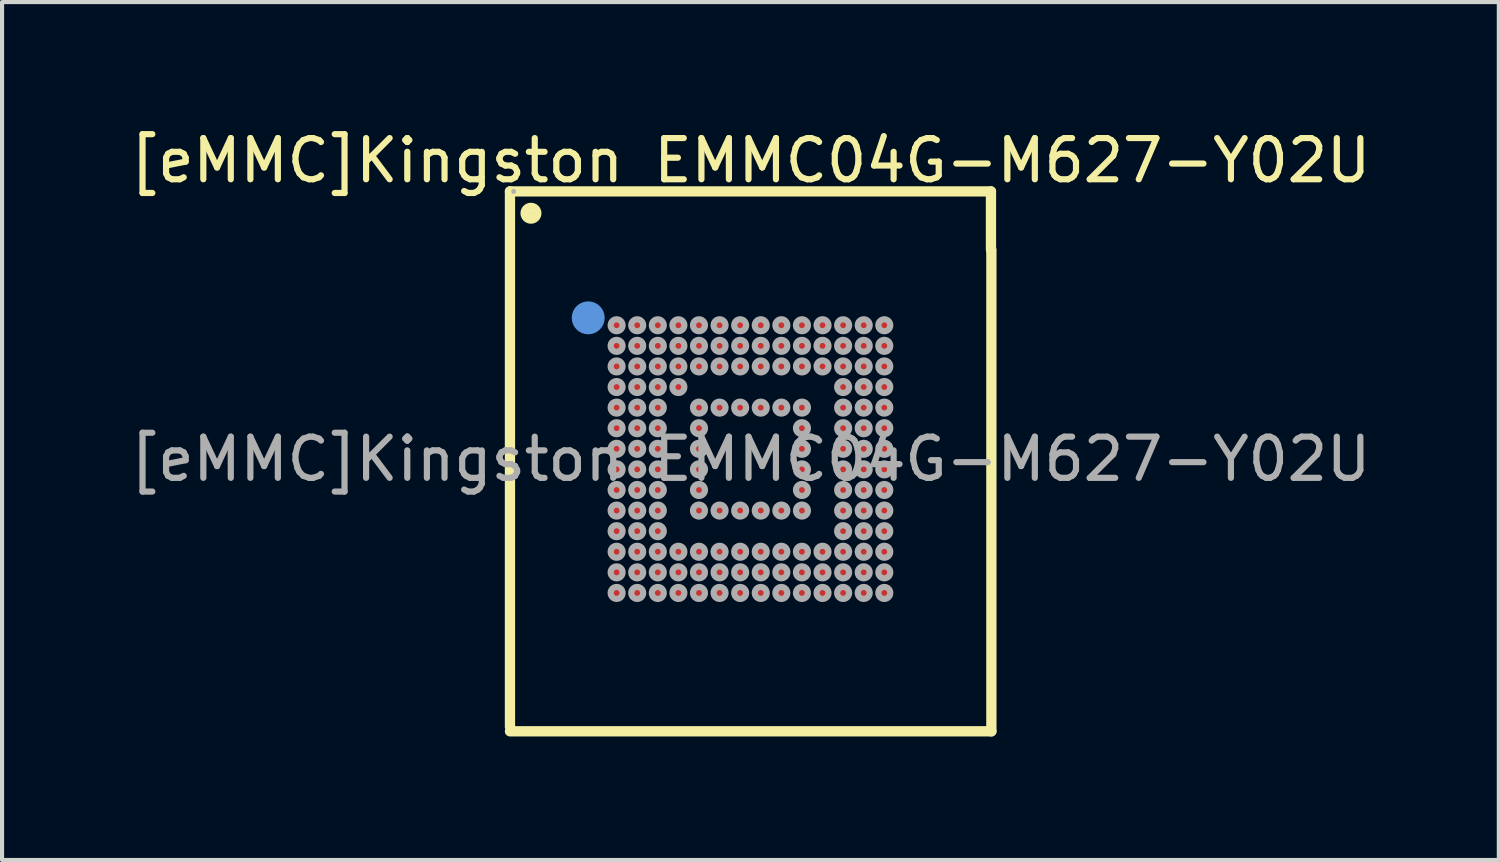
<source format=kicad_pcb>
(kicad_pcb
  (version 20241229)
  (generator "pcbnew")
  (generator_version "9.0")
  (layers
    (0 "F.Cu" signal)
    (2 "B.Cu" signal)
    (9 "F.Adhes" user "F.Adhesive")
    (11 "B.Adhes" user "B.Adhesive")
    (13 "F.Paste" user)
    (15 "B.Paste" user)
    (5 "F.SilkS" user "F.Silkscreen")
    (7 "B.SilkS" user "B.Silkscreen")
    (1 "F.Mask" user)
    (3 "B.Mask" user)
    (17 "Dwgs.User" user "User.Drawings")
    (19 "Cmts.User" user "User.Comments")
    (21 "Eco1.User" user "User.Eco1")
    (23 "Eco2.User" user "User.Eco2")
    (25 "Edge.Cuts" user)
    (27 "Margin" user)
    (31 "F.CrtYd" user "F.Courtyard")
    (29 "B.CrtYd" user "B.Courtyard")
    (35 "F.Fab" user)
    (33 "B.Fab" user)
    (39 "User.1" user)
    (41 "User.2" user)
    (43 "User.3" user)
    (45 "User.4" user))
  (footprint "[eMMC]Kingston EMMC04G-M627-Y02U"
    (layer "F.Cu")
    (at 15.173 8.098)
    (property "Reference" "[eMMC]Kingston EMMC04G-M627-Y02U" (at 0 -7.25 0) (layer "F.SilkS") (effects (font (size 1 1) (thickness 0.15))))
    (attr smd)
    (fp_line (start -5.84 -6.5) (end 5.84 -6.5) (stroke (width 0.25) (type solid)) (layer "F.SilkS"))
    (fp_line (start -5.84 6.5) (end -5.84 -6.5) (stroke (width 0.25) (type solid)) (layer "F.SilkS"))
    (fp_line (start -5.84 6.61) (end 5.85 6.61) (stroke (width 0.25) (type solid)) (layer "F.SilkS"))
    (fp_line (start 5.84 -6.5) (end 5.84 -5.08) (stroke (width 0.25) (type solid)) (layer "F.SilkS"))
    (fp_line (start 5.85 6.61) (end 5.85 -5.08) (stroke (width 0.25) (type solid)) (layer "F.SilkS"))
    (fp_circle (center -5.33 -5.97) (end -5.2 -5.97) (stroke (width 0.25) (type solid)) (fill no) (layer "F.SilkS"))
    (fp_circle (center -3.94 -3.43) (end -3.74 -3.43) (stroke (width 0.4) (type solid)) (fill no) (layer "Cmts.User"))
    (fp_circle (center -5.75 -6.5) (end -5.72 -6.5) (stroke (width 0.06) (type solid)) (fill no) (layer "F.Fab"))
    (fp_circle (center -3.25 -3.25) (end -3.18 -3.25) (stroke (width 0.15) (type solid)) (fill no) (layer "F.Fab"))
    (fp_circle (center -3.25 -2.75) (end -3.18 -2.75) (stroke (width 0.15) (type solid)) (fill no) (layer "F.Fab"))
    (fp_circle (center -3.25 -2.25) (end -3.18 -2.25) (stroke (width 0.15) (type solid)) (fill no) (layer "F.Fab"))
    (fp_circle (center -3.25 -1.75) (end -3.18 -1.75) (stroke (width 0.15) (type solid)) (fill no) (layer "F.Fab"))
    (fp_circle (center -3.25 -1.25) (end -3.18 -1.25) (stroke (width 0.15) (type solid)) (fill no) (layer "F.Fab"))
    (fp_circle (center -3.25 -0.75) (end -3.18 -0.75) (stroke (width 0.15) (type solid)) (fill no) (layer "F.Fab"))
    (fp_circle (center -3.25 -0.25) (end -3.18 -0.25) (stroke (width 0.15) (type solid)) (fill no) (layer "F.Fab"))
    (fp_circle (center -3.25 0.25) (end -3.18 0.25) (stroke (width 0.15) (type solid)) (fill no) (layer "F.Fab"))
    (fp_circle (center -3.25 0.75) (end -3.18 0.75) (stroke (width 0.15) (type solid)) (fill no) (layer "F.Fab"))
    (fp_circle (center -3.25 1.25) (end -3.18 1.25) (stroke (width 0.15) (type solid)) (fill no) (layer "F.Fab"))
    (fp_circle (center -3.25 1.75) (end -3.18 1.75) (stroke (width 0.15) (type solid)) (fill no) (layer "F.Fab"))
    (fp_circle (center -3.25 2.25) (end -3.18 2.25) (stroke (width 0.15) (type solid)) (fill no) (layer "F.Fab"))
    (fp_circle (center -3.25 2.75) (end -3.18 2.75) (stroke (width 0.15) (type solid)) (fill no) (layer "F.Fab"))
    (fp_circle (center -3.25 3.25) (end -3.18 3.25) (stroke (width 0.15) (type solid)) (fill no) (layer "F.Fab"))
    (fp_circle (center -2.75 -3.25) (end -2.68 -3.25) (stroke (width 0.15) (type solid)) (fill no) (layer "F.Fab"))
    (fp_circle (center -2.75 -2.75) (end -2.68 -2.75) (stroke (width 0.15) (type solid)) (fill no) (layer "F.Fab"))
    (fp_circle (center -2.75 -2.25) (end -2.68 -2.25) (stroke (width 0.15) (type solid)) (fill no) (layer "F.Fab"))
    (fp_circle (center -2.75 -1.75) (end -2.68 -1.75) (stroke (width 0.15) (type solid)) (fill no) (layer "F.Fab"))
    (fp_circle (center -2.75 -1.25) (end -2.68 -1.25) (stroke (width 0.15) (type solid)) (fill no) (layer "F.Fab"))
    (fp_circle (center -2.75 -0.75) (end -2.68 -0.75) (stroke (width 0.15) (type solid)) (fill no) (layer "F.Fab"))
    (fp_circle (center -2.75 -0.25) (end -2.68 -0.25) (stroke (width 0.15) (type solid)) (fill no) (layer "F.Fab"))
    (fp_circle (center -2.75 0.25) (end -2.68 0.25) (stroke (width 0.15) (type solid)) (fill no) (layer "F.Fab"))
    (fp_circle (center -2.75 0.75) (end -2.68 0.75) (stroke (width 0.15) (type solid)) (fill no) (layer "F.Fab"))
    (fp_circle (center -2.75 1.25) (end -2.68 1.25) (stroke (width 0.15) (type solid)) (fill no) (layer "F.Fab"))
    (fp_circle (center -2.75 1.75) (end -2.68 1.75) (stroke (width 0.15) (type solid)) (fill no) (layer "F.Fab"))
    (fp_circle (center -2.75 2.25) (end -2.68 2.25) (stroke (width 0.15) (type solid)) (fill no) (layer "F.Fab"))
    (fp_circle (center -2.75 2.75) (end -2.68 2.75) (stroke (width 0.15) (type solid)) (fill no) (layer "F.Fab"))
    (fp_circle (center -2.75 3.25) (end -2.68 3.25) (stroke (width 0.15) (type solid)) (fill no) (layer "F.Fab"))
    (fp_circle (center -2.25 -3.25) (end -2.18 -3.25) (stroke (width 0.15) (type solid)) (fill no) (layer "F.Fab"))
    (fp_circle (center -2.25 -2.75) (end -2.18 -2.75) (stroke (width 0.15) (type solid)) (fill no) (layer "F.Fab"))
    (fp_circle (center -2.25 -2.25) (end -2.18 -2.25) (stroke (width 0.15) (type solid)) (fill no) (layer "F.Fab"))
    (fp_circle (center -2.25 -1.75) (end -2.18 -1.75) (stroke (width 0.15) (type solid)) (fill no) (layer "F.Fab"))
    (fp_circle (center -2.25 -1.25) (end -2.18 -1.25) (stroke (width 0.15) (type solid)) (fill no) (layer "F.Fab"))
    (fp_circle (center -2.25 -0.75) (end -2.18 -0.75) (stroke (width 0.15) (type solid)) (fill no) (layer "F.Fab"))
    (fp_circle (center -2.25 -0.25) (end -2.18 -0.25) (stroke (width 0.15) (type solid)) (fill no) (layer "F.Fab"))
    (fp_circle (center -2.25 0.25) (end -2.18 0.25) (stroke (width 0.15) (type solid)) (fill no) (layer "F.Fab"))
    (fp_circle (center -2.25 0.75) (end -2.18 0.75) (stroke (width 0.15) (type solid)) (fill no) (layer "F.Fab"))
    (fp_circle (center -2.25 1.25) (end -2.18 1.25) (stroke (width 0.15) (type solid)) (fill no) (layer "F.Fab"))
    (fp_circle (center -2.25 1.75) (end -2.18 1.75) (stroke (width 0.15) (type solid)) (fill no) (layer "F.Fab"))
    (fp_circle (center -2.25 2.25) (end -2.18 2.25) (stroke (width 0.15) (type solid)) (fill no) (layer "F.Fab"))
    (fp_circle (center -2.25 2.75) (end -2.18 2.75) (stroke (width 0.15) (type solid)) (fill no) (layer "F.Fab"))
    (fp_circle (center -2.25 3.25) (end -2.18 3.25) (stroke (width 0.15) (type solid)) (fill no) (layer "F.Fab"))
    (fp_circle (center -1.75 -3.25) (end -1.68 -3.25) (stroke (width 0.15) (type solid)) (fill no) (layer "F.Fab"))
    (fp_circle (center -1.75 -2.75) (end -1.68 -2.75) (stroke (width 0.15) (type solid)) (fill no) (layer "F.Fab"))
    (fp_circle (center -1.75 -2.25) (end -1.68 -2.25) (stroke (width 0.15) (type solid)) (fill no) (layer "F.Fab"))
    (fp_circle (center -1.75 -1.75) (end -1.68 -1.75) (stroke (width 0.15) (type solid)) (fill no) (layer "F.Fab"))
    (fp_circle (center -1.75 2.25) (end -1.68 2.25) (stroke (width 0.15) (type solid)) (fill no) (layer "F.Fab"))
    (fp_circle (center -1.75 2.75) (end -1.68 2.75) (stroke (width 0.15) (type solid)) (fill no) (layer "F.Fab"))
    (fp_circle (center -1.75 3.25) (end -1.68 3.25) (stroke (width 0.15) (type solid)) (fill no) (layer "F.Fab"))
    (fp_circle (center -1.25 -3.25) (end -1.18 -3.25) (stroke (width 0.15) (type solid)) (fill no) (layer "F.Fab"))
    (fp_circle (center -1.25 -2.75) (end -1.18 -2.75) (stroke (width 0.15) (type solid)) (fill no) (layer "F.Fab"))
    (fp_circle (center -1.25 -2.25) (end -1.18 -2.25) (stroke (width 0.15) (type solid)) (fill no) (layer "F.Fab"))
    (fp_circle (center -1.25 -1.25) (end -1.18 -1.25) (stroke (width 0.15) (type solid)) (fill no) (layer "F.Fab"))
    (fp_circle (center -1.25 -0.75) (end -1.18 -0.75) (stroke (width 0.15) (type solid)) (fill no) (layer "F.Fab"))
    (fp_circle (center -1.25 -0.25) (end -1.18 -0.25) (stroke (width 0.15) (type solid)) (fill no) (layer "F.Fab"))
    (fp_circle (center -1.25 0.25) (end -1.18 0.25) (stroke (width 0.15) (type solid)) (fill no) (layer "F.Fab"))
    (fp_circle (center -1.25 0.75) (end -1.18 0.75) (stroke (width 0.15) (type solid)) (fill no) (layer "F.Fab"))
    (fp_circle (center -1.25 1.25) (end -1.18 1.25) (stroke (width 0.15) (type solid)) (fill no) (layer "F.Fab"))
    (fp_circle (center -1.25 2.25) (end -1.18 2.25) (stroke (width 0.15) (type solid)) (fill no) (layer "F.Fab"))
    (fp_circle (center -1.25 2.75) (end -1.18 2.75) (stroke (width 0.15) (type solid)) (fill no) (layer "F.Fab"))
    (fp_circle (center -1.25 3.25) (end -1.18 3.25) (stroke (width 0.15) (type solid)) (fill no) (layer "F.Fab"))
    (fp_circle (center -0.75 -3.25) (end -0.68 -3.25) (stroke (width 0.15) (type solid)) (fill no) (layer "F.Fab"))
    (fp_circle (center -0.75 -2.75) (end -0.68 -2.75) (stroke (width 0.15) (type solid)) (fill no) (layer "F.Fab"))
    (fp_circle (center -0.75 -2.25) (end -0.68 -2.25) (stroke (width 0.15) (type solid)) (fill no) (layer "F.Fab"))
    (fp_circle (center -0.75 -1.25) (end -0.68 -1.25) (stroke (width 0.15) (type solid)) (fill no) (layer "F.Fab"))
    (fp_circle (center -0.75 1.25) (end -0.68 1.25) (stroke (width 0.15) (type solid)) (fill no) (layer "F.Fab"))
    (fp_circle (center -0.75 2.25) (end -0.68 2.25) (stroke (width 0.15) (type solid)) (fill no) (layer "F.Fab"))
    (fp_circle (center -0.75 2.75) (end -0.68 2.75) (stroke (width 0.15) (type solid)) (fill no) (layer "F.Fab"))
    (fp_circle (center -0.75 3.25) (end -0.68 3.25) (stroke (width 0.15) (type solid)) (fill no) (layer "F.Fab"))
    (fp_circle (center -0.25 -3.25) (end -0.18 -3.25) (stroke (width 0.15) (type solid)) (fill no) (layer "F.Fab"))
    (fp_circle (center -0.25 -2.75) (end -0.18 -2.75) (stroke (width 0.15) (type solid)) (fill no) (layer "F.Fab"))
    (fp_circle (center -0.25 -2.25) (end -0.18 -2.25) (stroke (width 0.15) (type solid)) (fill no) (layer "F.Fab"))
    (fp_circle (center -0.25 -1.25) (end -0.18 -1.25) (stroke (width 0.15) (type solid)) (fill no) (layer "F.Fab"))
    (fp_circle (center -0.25 1.25) (end -0.18 1.25) (stroke (width 0.15) (type solid)) (fill no) (layer "F.Fab"))
    (fp_circle (center -0.25 2.25) (end -0.18 2.25) (stroke (width 0.15) (type solid)) (fill no) (layer "F.Fab"))
    (fp_circle (center -0.25 2.75) (end -0.18 2.75) (stroke (width 0.15) (type solid)) (fill no) (layer "F.Fab"))
    (fp_circle (center -0.25 3.25) (end -0.18 3.25) (stroke (width 0.15) (type solid)) (fill no) (layer "F.Fab"))
    (fp_circle (center 0.25 -3.25) (end 0.32 -3.25) (stroke (width 0.15) (type solid)) (fill no) (layer "F.Fab"))
    (fp_circle (center 0.25 -2.75) (end 0.32 -2.75) (stroke (width 0.15) (type solid)) (fill no) (layer "F.Fab"))
    (fp_circle (center 0.25 -2.25) (end 0.32 -2.25) (stroke (width 0.15) (type solid)) (fill no) (layer "F.Fab"))
    (fp_circle (center 0.25 -1.25) (end 0.32 -1.25) (stroke (width 0.15) (type solid)) (fill no) (layer "F.Fab"))
    (fp_circle (center 0.25 1.25) (end 0.32 1.25) (stroke (width 0.15) (type solid)) (fill no) (layer "F.Fab"))
    (fp_circle (center 0.25 2.25) (end 0.32 2.25) (stroke (width 0.15) (type solid)) (fill no) (layer "F.Fab"))
    (fp_circle (center 0.25 2.75) (end 0.32 2.75) (stroke (width 0.15) (type solid)) (fill no) (layer "F.Fab"))
    (fp_circle (center 0.25 3.25) (end 0.32 3.25) (stroke (width 0.15) (type solid)) (fill no) (layer "F.Fab"))
    (fp_circle (center 0.75 -3.25) (end 0.82 -3.25) (stroke (width 0.15) (type solid)) (fill no) (layer "F.Fab"))
    (fp_circle (center 0.75 -2.75) (end 0.82 -2.75) (stroke (width 0.15) (type solid)) (fill no) (layer "F.Fab"))
    (fp_circle (center 0.75 -2.25) (end 0.82 -2.25) (stroke (width 0.15) (type solid)) (fill no) (layer "F.Fab"))
    (fp_circle (center 0.75 -1.25) (end 0.82 -1.25) (stroke (width 0.15) (type solid)) (fill no) (layer "F.Fab"))
    (fp_circle (center 0.75 1.25) (end 0.82 1.25) (stroke (width 0.15) (type solid)) (fill no) (layer "F.Fab"))
    (fp_circle (center 0.75 2.25) (end 0.82 2.25) (stroke (width 0.15) (type solid)) (fill no) (layer "F.Fab"))
    (fp_circle (center 0.75 2.75) (end 0.82 2.75) (stroke (width 0.15) (type solid)) (fill no) (layer "F.Fab"))
    (fp_circle (center 0.75 3.25) (end 0.82 3.25) (stroke (width 0.15) (type solid)) (fill no) (layer "F.Fab"))
    (fp_circle (center 1.25 -3.25) (end 1.32 -3.25) (stroke (width 0.15) (type solid)) (fill no) (layer "F.Fab"))
    (fp_circle (center 1.25 -2.75) (end 1.32 -2.75) (stroke (width 0.15) (type solid)) (fill no) (layer "F.Fab"))
    (fp_circle (center 1.25 -2.25) (end 1.32 -2.25) (stroke (width 0.15) (type solid)) (fill no) (layer "F.Fab"))
    (fp_circle (center 1.25 -1.25) (end 1.32 -1.25) (stroke (width 0.15) (type solid)) (fill no) (layer "F.Fab"))
    (fp_circle (center 1.25 -0.75) (end 1.32 -0.75) (stroke (width 0.15) (type solid)) (fill no) (layer "F.Fab"))
    (fp_circle (center 1.25 -0.25) (end 1.32 -0.25) (stroke (width 0.15) (type solid)) (fill no) (layer "F.Fab"))
    (fp_circle (center 1.25 0.25) (end 1.32 0.25) (stroke (width 0.15) (type solid)) (fill no) (layer "F.Fab"))
    (fp_circle (center 1.25 0.75) (end 1.32 0.75) (stroke (width 0.15) (type solid)) (fill no) (layer "F.Fab"))
    (fp_circle (center 1.25 1.25) (end 1.32 1.25) (stroke (width 0.15) (type solid)) (fill no) (layer "F.Fab"))
    (fp_circle (center 1.25 2.25) (end 1.32 2.25) (stroke (width 0.15) (type solid)) (fill no) (layer "F.Fab"))
    (fp_circle (center 1.25 2.75) (end 1.32 2.75) (stroke (width 0.15) (type solid)) (fill no) (layer "F.Fab"))
    (fp_circle (center 1.25 3.25) (end 1.32 3.25) (stroke (width 0.15) (type solid)) (fill no) (layer "F.Fab"))
    (fp_circle (center 1.75 -3.25) (end 1.82 -3.25) (stroke (width 0.15) (type solid)) (fill no) (layer "F.Fab"))
    (fp_circle (center 1.75 -2.75) (end 1.82 -2.75) (stroke (width 0.15) (type solid)) (fill no) (layer "F.Fab"))
    (fp_circle (center 1.75 -2.25) (end 1.82 -2.25) (stroke (width 0.15) (type solid)) (fill no) (layer "F.Fab"))
    (fp_circle (center 1.75 2.25) (end 1.82 2.25) (stroke (width 0.15) (type solid)) (fill no) (layer "F.Fab"))
    (fp_circle (center 1.75 2.75) (end 1.82 2.75) (stroke (width 0.15) (type solid)) (fill no) (layer "F.Fab"))
    (fp_circle (center 1.75 3.25) (end 1.82 3.25) (stroke (width 0.15) (type solid)) (fill no) (layer "F.Fab"))
    (fp_circle (center 2.25 -3.25) (end 2.32 -3.25) (stroke (width 0.15) (type solid)) (fill no) (layer "F.Fab"))
    (fp_circle (center 2.25 -2.75) (end 2.32 -2.75) (stroke (width 0.15) (type solid)) (fill no) (layer "F.Fab"))
    (fp_circle (center 2.25 -2.25) (end 2.32 -2.25) (stroke (width 0.15) (type solid)) (fill no) (layer "F.Fab"))
    (fp_circle (center 2.25 -1.75) (end 2.32 -1.75) (stroke (width 0.15) (type solid)) (fill no) (layer "F.Fab"))
    (fp_circle (center 2.25 -1.25) (end 2.32 -1.25) (stroke (width 0.15) (type solid)) (fill no) (layer "F.Fab"))
    (fp_circle (center 2.25 -0.75) (end 2.32 -0.75) (stroke (width 0.15) (type solid)) (fill no) (layer "F.Fab"))
    (fp_circle (center 2.25 -0.25) (end 2.32 -0.25) (stroke (width 0.15) (type solid)) (fill no) (layer "F.Fab"))
    (fp_circle (center 2.25 0.25) (end 2.32 0.25) (stroke (width 0.15) (type solid)) (fill no) (layer "F.Fab"))
    (fp_circle (center 2.25 0.75) (end 2.32 0.75) (stroke (width 0.15) (type solid)) (fill no) (layer "F.Fab"))
    (fp_circle (center 2.25 1.25) (end 2.32 1.25) (stroke (width 0.15) (type solid)) (fill no) (layer "F.Fab"))
    (fp_circle (center 2.25 1.75) (end 2.32 1.75) (stroke (width 0.15) (type solid)) (fill no) (layer "F.Fab"))
    (fp_circle (center 2.25 2.25) (end 2.32 2.25) (stroke (width 0.15) (type solid)) (fill no) (layer "F.Fab"))
    (fp_circle (center 2.25 2.75) (end 2.32 2.75) (stroke (width 0.15) (type solid)) (fill no) (layer "F.Fab"))
    (fp_circle (center 2.25 3.25) (end 2.32 3.25) (stroke (width 0.15) (type solid)) (fill no) (layer "F.Fab"))
    (fp_circle (center 2.75 -3.25) (end 2.82 -3.25) (stroke (width 0.15) (type solid)) (fill no) (layer "F.Fab"))
    (fp_circle (center 2.75 -2.75) (end 2.82 -2.75) (stroke (width 0.15) (type solid)) (fill no) (layer "F.Fab"))
    (fp_circle (center 2.75 -2.25) (end 2.82 -2.25) (stroke (width 0.15) (type solid)) (fill no) (layer "F.Fab"))
    (fp_circle (center 2.75 -1.75) (end 2.82 -1.75) (stroke (width 0.15) (type solid)) (fill no) (layer "F.Fab"))
    (fp_circle (center 2.75 -1.25) (end 2.82 -1.25) (stroke (width 0.15) (type solid)) (fill no) (layer "F.Fab"))
    (fp_circle (center 2.75 -0.75) (end 2.82 -0.75) (stroke (width 0.15) (type solid)) (fill no) (layer "F.Fab"))
    (fp_circle (center 2.75 -0.25) (end 2.82 -0.25) (stroke (width 0.15) (type solid)) (fill no) (layer "F.Fab"))
    (fp_circle (center 2.75 0.25) (end 2.82 0.25) (stroke (width 0.15) (type solid)) (fill no) (layer "F.Fab"))
    (fp_circle (center 2.75 0.75) (end 2.82 0.75) (stroke (width 0.15) (type solid)) (fill no) (layer "F.Fab"))
    (fp_circle (center 2.75 1.25) (end 2.82 1.25) (stroke (width 0.15) (type solid)) (fill no) (layer "F.Fab"))
    (fp_circle (center 2.75 1.75) (end 2.82 1.75) (stroke (width 0.15) (type solid)) (fill no) (layer "F.Fab"))
    (fp_circle (center 2.75 2.25) (end 2.82 2.25) (stroke (width 0.15) (type solid)) (fill no) (layer "F.Fab"))
    (fp_circle (center 2.75 2.75) (end 2.82 2.75) (stroke (width 0.15) (type solid)) (fill no) (layer "F.Fab"))
    (fp_circle (center 2.75 3.25) (end 2.82 3.25) (stroke (width 0.15) (type solid)) (fill no) (layer "F.Fab"))
    (fp_circle (center 3.25 -3.25) (end 3.32 -3.25) (stroke (width 0.15) (type solid)) (fill no) (layer "F.Fab"))
    (fp_circle (center 3.25 -2.75) (end 3.32 -2.75) (stroke (width 0.15) (type solid)) (fill no) (layer "F.Fab"))
    (fp_circle (center 3.25 -2.25) (end 3.32 -2.25) (stroke (width 0.15) (type solid)) (fill no) (layer "F.Fab"))
    (fp_circle (center 3.25 -1.75) (end 3.32 -1.75) (stroke (width 0.15) (type solid)) (fill no) (layer "F.Fab"))
    (fp_circle (center 3.25 -1.25) (end 3.32 -1.25) (stroke (width 0.15) (type solid)) (fill no) (layer "F.Fab"))
    (fp_circle (center 3.25 -0.75) (end 3.32 -0.75) (stroke (width 0.15) (type solid)) (fill no) (layer "F.Fab"))
    (fp_circle (center 3.25 -0.25) (end 3.32 -0.25) (stroke (width 0.15) (type solid)) (fill no) (layer "F.Fab"))
    (fp_circle (center 3.25 0.25) (end 3.32 0.25) (stroke (width 0.15) (type solid)) (fill no) (layer "F.Fab"))
    (fp_circle (center 3.25 0.75) (end 3.32 0.75) (stroke (width 0.15) (type solid)) (fill no) (layer "F.Fab"))
    (fp_circle (center 3.25 1.25) (end 3.32 1.25) (stroke (width 0.15) (type solid)) (fill no) (layer "F.Fab"))
    (fp_circle (center 3.25 1.75) (end 3.32 1.75) (stroke (width 0.15) (type solid)) (fill no) (layer "F.Fab"))
    (fp_circle (center 3.25 2.25) (end 3.32 2.25) (stroke (width 0.15) (type solid)) (fill no) (layer "F.Fab"))
    (fp_circle (center 3.25 2.75) (end 3.32 2.75) (stroke (width 0.15) (type solid)) (fill no) (layer "F.Fab"))
    (fp_circle (center 3.25 3.25) (end 3.32 3.25) (stroke (width 0.15) (type solid)) (fill no) (layer "F.Fab"))
    (fp_text user "${REFERENCE}" (at 0 0 0) (layer "F.Fab") (effects (font (size 1 1) (thickness 0.15))))
    (pad "A1" smd circle (at -3.25 -3.25) (size 0.26 0.26) (layers "F.Cu" "F.Mask" "F.Paste"))
    (pad "A2" smd circle (at -2.75 -3.25) (size 0.26 0.26) (layers "F.Cu" "F.Mask" "F.Paste"))
    (pad "A3" smd circle (at -2.25 -3.25) (size 0.26 0.26) (layers "F.Cu" "F.Mask" "F.Paste"))
    (pad "A4" smd circle (at -1.75 -3.25) (size 0.26 0.26) (layers "F.Cu" "F.Mask" "F.Paste"))
    (pad "A5" smd circle (at -1.25 -3.25) (size 0.26 0.26) (layers "F.Cu" "F.Mask" "F.Paste"))
    (pad "A6" smd circle (at -0.75 -3.25) (size 0.26 0.26) (layers "F.Cu" "F.Mask" "F.Paste"))
    (pad "A7" smd circle (at -0.25 -3.25) (size 0.26 0.26) (layers "F.Cu" "F.Mask" "F.Paste"))
    (pad "A8" smd circle (at 0.25 -3.25) (size 0.26 0.26) (layers "F.Cu" "F.Mask" "F.Paste"))
    (pad "A9" smd circle (at 0.75 -3.25) (size 0.26 0.26) (layers "F.Cu" "F.Mask" "F.Paste"))
    (pad "A10" smd circle (at 1.25 -3.25) (size 0.26 0.26) (layers "F.Cu" "F.Mask" "F.Paste"))
    (pad "A11" smd circle (at 1.75 -3.25) (size 0.26 0.26) (layers "F.Cu" "F.Mask" "F.Paste"))
    (pad "A12" smd circle (at 2.25 -3.25) (size 0.26 0.26) (layers "F.Cu" "F.Mask" "F.Paste"))
    (pad "A13" smd circle (at 2.75 -3.25) (size 0.26 0.26) (layers "F.Cu" "F.Mask" "F.Paste"))
    (pad "A14" smd circle (at 3.25 -3.25) (size 0.26 0.26) (layers "F.Cu" "F.Mask" "F.Paste"))
    (pad "B1" smd circle (at -3.25 -2.75) (size 0.26 0.26) (layers "F.Cu" "F.Mask" "F.Paste"))
    (pad "B2" smd circle (at -2.75 -2.75) (size 0.26 0.26) (layers "F.Cu" "F.Mask" "F.Paste"))
    (pad "B3" smd circle (at -2.25 -2.75) (size 0.26 0.26) (layers "F.Cu" "F.Mask" "F.Paste"))
    (pad "B4" smd circle (at -1.75 -2.75) (size 0.26 0.26) (layers "F.Cu" "F.Mask" "F.Paste"))
    (pad "B5" smd circle (at -1.25 -2.75) (size 0.26 0.26) (layers "F.Cu" "F.Mask" "F.Paste"))
    (pad "B6" smd circle (at -0.75 -2.75) (size 0.26 0.26) (layers "F.Cu" "F.Mask" "F.Paste"))
    (pad "B7" smd circle (at -0.25 -2.75) (size 0.26 0.26) (layers "F.Cu" "F.Mask" "F.Paste"))
    (pad "B8" smd circle (at 0.25 -2.75) (size 0.26 0.26) (layers "F.Cu" "F.Mask" "F.Paste"))
    (pad "B9" smd circle (at 0.75 -2.75) (size 0.26 0.26) (layers "F.Cu" "F.Mask" "F.Paste"))
    (pad "B10" smd circle (at 1.25 -2.75) (size 0.26 0.26) (layers "F.Cu" "F.Mask" "F.Paste"))
    (pad "B11" smd circle (at 1.75 -2.75) (size 0.26 0.26) (layers "F.Cu" "F.Mask" "F.Paste"))
    (pad "B12" smd circle (at 2.25 -2.75) (size 0.26 0.26) (layers "F.Cu" "F.Mask" "F.Paste"))
    (pad "B13" smd circle (at 2.75 -2.75) (size 0.26 0.26) (layers "F.Cu" "F.Mask" "F.Paste"))
    (pad "B14" smd circle (at 3.25 -2.75) (size 0.26 0.26) (layers "F.Cu" "F.Mask" "F.Paste"))
    (pad "C1" smd circle (at -3.25 -2.25) (size 0.26 0.26) (layers "F.Cu" "F.Mask" "F.Paste"))
    (pad "C2" smd circle (at -2.75 -2.25) (size 0.26 0.26) (layers "F.Cu" "F.Mask" "F.Paste"))
    (pad "C3" smd circle (at -2.25 -2.25) (size 0.26 0.26) (layers "F.Cu" "F.Mask" "F.Paste"))
    (pad "C4" smd circle (at -1.75 -2.25) (size 0.26 0.26) (layers "F.Cu" "F.Mask" "F.Paste"))
    (pad "C5" smd circle (at -1.25 -2.25) (size 0.26 0.26) (layers "F.Cu" "F.Mask" "F.Paste"))
    (pad "C6" smd circle (at -0.75 -2.25) (size 0.26 0.26) (layers "F.Cu" "F.Mask" "F.Paste"))
    (pad "C7" smd circle (at -0.25 -2.25) (size 0.26 0.26) (layers "F.Cu" "F.Mask" "F.Paste"))
    (pad "C8" smd circle (at 0.25 -2.25) (size 0.26 0.26) (layers "F.Cu" "F.Mask" "F.Paste"))
    (pad "C9" smd circle (at 0.75 -2.25) (size 0.26 0.26) (layers "F.Cu" "F.Mask" "F.Paste"))
    (pad "C10" smd circle (at 1.25 -2.25) (size 0.26 0.26) (layers "F.Cu" "F.Mask" "F.Paste"))
    (pad "C11" smd circle (at 1.75 -2.25) (size 0.26 0.26) (layers "F.Cu" "F.Mask" "F.Paste"))
    (pad "C12" smd circle (at 2.25 -2.25) (size 0.26 0.26) (layers "F.Cu" "F.Mask" "F.Paste"))
    (pad "C13" smd circle (at 2.75 -2.25) (size 0.26 0.26) (layers "F.Cu" "F.Mask" "F.Paste"))
    (pad "C14" smd circle (at 3.25 -2.25) (size 0.26 0.26) (layers "F.Cu" "F.Mask" "F.Paste"))
    (pad "D1" smd circle (at -3.25 -1.75) (size 0.26 0.26) (layers "F.Cu" "F.Mask" "F.Paste"))
    (pad "D2" smd circle (at -2.75 -1.75) (size 0.26 0.26) (layers "F.Cu" "F.Mask" "F.Paste"))
    (pad "D3" smd circle (at -2.25 -1.75) (size 0.26 0.26) (layers "F.Cu" "F.Mask" "F.Paste"))
    (pad "D4" smd circle (at -1.75 -1.75) (size 0.26 0.26) (layers "F.Cu" "F.Mask" "F.Paste"))
    (pad "D12" smd circle (at 2.25 -1.75) (size 0.26 0.26) (layers "F.Cu" "F.Mask" "F.Paste"))
    (pad "D13" smd circle (at 2.75 -1.75) (size 0.26 0.26) (layers "F.Cu" "F.Mask" "F.Paste"))
    (pad "D14" smd circle (at 3.25 -1.75) (size 0.26 0.26) (layers "F.Cu" "F.Mask" "F.Paste"))
    (pad "E1" smd circle (at -3.25 -1.25) (size 0.26 0.26) (layers "F.Cu" "F.Mask" "F.Paste"))
    (pad "E2" smd circle (at -2.75 -1.25) (size 0.26 0.26) (layers "F.Cu" "F.Mask" "F.Paste"))
    (pad "E3" smd circle (at -2.25 -1.25) (size 0.26 0.26) (layers "F.Cu" "F.Mask" "F.Paste"))
    (pad "E5" smd circle (at -1.25 -1.25) (size 0.26 0.26) (layers "F.Cu" "F.Mask" "F.Paste"))
    (pad "E6" smd circle (at -0.75 -1.25) (size 0.26 0.26) (layers "F.Cu" "F.Mask" "F.Paste"))
    (pad "E7" smd circle (at -0.25 -1.25) (size 0.26 0.26) (layers "F.Cu" "F.Mask" "F.Paste"))
    (pad "E8" smd circle (at 0.25 -1.25) (size 0.26 0.26) (layers "F.Cu" "F.Mask" "F.Paste"))
    (pad "E9" smd circle (at 0.75 -1.25) (size 0.26 0.26) (layers "F.Cu" "F.Mask" "F.Paste"))
    (pad "E10" smd circle (at 1.25 -1.25) (size 0.26 0.26) (layers "F.Cu" "F.Mask" "F.Paste"))
    (pad "E12" smd circle (at 2.25 -1.25) (size 0.26 0.26) (layers "F.Cu" "F.Mask" "F.Paste"))
    (pad "E13" smd circle (at 2.75 -1.25) (size 0.26 0.26) (layers "F.Cu" "F.Mask" "F.Paste"))
    (pad "E14" smd circle (at 3.25 -1.25) (size 0.26 0.26) (layers "F.Cu" "F.Mask" "F.Paste"))
    (pad "F1" smd circle (at -3.25 -0.75) (size 0.26 0.26) (layers "F.Cu" "F.Mask" "F.Paste"))
    (pad "F2" smd circle (at -2.75 -0.75) (size 0.26 0.26) (layers "F.Cu" "F.Mask" "F.Paste"))
    (pad "F3" smd circle (at -2.25 -0.75) (size 0.26 0.26) (layers "F.Cu" "F.Mask" "F.Paste"))
    (pad "F5" smd circle (at -1.25 -0.75) (size 0.26 0.26) (layers "F.Cu" "F.Mask" "F.Paste"))
    (pad "F10" smd circle (at 1.25 -0.75) (size 0.26 0.26) (layers "F.Cu" "F.Mask" "F.Paste"))
    (pad "F12" smd circle (at 2.25 -0.75) (size 0.26 0.26) (layers "F.Cu" "F.Mask" "F.Paste"))
    (pad "F13" smd circle (at 2.75 -0.75) (size 0.26 0.26) (layers "F.Cu" "F.Mask" "F.Paste"))
    (pad "F14" smd circle (at 3.25 -0.75) (size 0.26 0.26) (layers "F.Cu" "F.Mask" "F.Paste"))
    (pad "G1" smd circle (at -3.25 -0.25) (size 0.26 0.26) (layers "F.Cu" "F.Mask" "F.Paste"))
    (pad "G2" smd circle (at -2.75 -0.25) (size 0.26 0.26) (layers "F.Cu" "F.Mask" "F.Paste"))
    (pad "G3" smd circle (at -2.25 -0.25) (size 0.26 0.26) (layers "F.Cu" "F.Mask" "F.Paste"))
    (pad "G5" smd circle (at -1.25 -0.25) (size 0.26 0.26) (layers "F.Cu" "F.Mask" "F.Paste"))
    (pad "G10" smd circle (at 1.25 -0.25) (size 0.26 0.26) (layers "F.Cu" "F.Mask" "F.Paste"))
    (pad "G12" smd circle (at 2.25 -0.25) (size 0.26 0.26) (layers "F.Cu" "F.Mask" "F.Paste"))
    (pad "G13" smd circle (at 2.75 -0.25) (size 0.26 0.26) (layers "F.Cu" "F.Mask" "F.Paste"))
    (pad "G14" smd circle (at 3.25 -0.25) (size 0.26 0.26) (layers "F.Cu" "F.Mask" "F.Paste"))
    (pad "H1" smd circle (at -3.25 0.25) (size 0.26 0.26) (layers "F.Cu" "F.Mask" "F.Paste"))
    (pad "H2" smd circle (at -2.75 0.25) (size 0.26 0.26) (layers "F.Cu" "F.Mask" "F.Paste"))
    (pad "H3" smd circle (at -2.25 0.25) (size 0.26 0.26) (layers "F.Cu" "F.Mask" "F.Paste"))
    (pad "H5" smd circle (at -1.25 0.25) (size 0.26 0.26) (layers "F.Cu" "F.Mask" "F.Paste"))
    (pad "H10" smd circle (at 1.25 0.25) (size 0.26 0.26) (layers "F.Cu" "F.Mask" "F.Paste"))
    (pad "H12" smd circle (at 2.25 0.25) (size 0.26 0.26) (layers "F.Cu" "F.Mask" "F.Paste"))
    (pad "H13" smd circle (at 2.75 0.25) (size 0.26 0.26) (layers "F.Cu" "F.Mask" "F.Paste"))
    (pad "H14" smd circle (at 3.25 0.25) (size 0.26 0.26) (layers "F.Cu" "F.Mask" "F.Paste"))
    (pad "J1" smd circle (at -3.25 0.75) (size 0.26 0.26) (layers "F.Cu" "F.Mask" "F.Paste"))
    (pad "J2" smd circle (at -2.75 0.75) (size 0.26 0.26) (layers "F.Cu" "F.Mask" "F.Paste"))
    (pad "J3" smd circle (at -2.25 0.75) (size 0.26 0.26) (layers "F.Cu" "F.Mask" "F.Paste"))
    (pad "J5" smd circle (at -1.25 0.75) (size 0.26 0.26) (layers "F.Cu" "F.Mask" "F.Paste"))
    (pad "J10" smd circle (at 1.25 0.75) (size 0.26 0.26) (layers "F.Cu" "F.Mask" "F.Paste"))
    (pad "J12" smd circle (at 2.25 0.75) (size 0.26 0.26) (layers "F.Cu" "F.Mask" "F.Paste"))
    (pad "J13" smd circle (at 2.75 0.75) (size 0.26 0.26) (layers "F.Cu" "F.Mask" "F.Paste"))
    (pad "J14" smd circle (at 3.25 0.75) (size 0.26 0.26) (layers "F.Cu" "F.Mask" "F.Paste"))
    (pad "K1" smd circle (at -3.25 1.25) (size 0.26 0.26) (layers "F.Cu" "F.Mask" "F.Paste"))
    (pad "K2" smd circle (at -2.75 1.25) (size 0.26 0.26) (layers "F.Cu" "F.Mask" "F.Paste"))
    (pad "K3" smd circle (at -2.25 1.25) (size 0.26 0.26) (layers "F.Cu" "F.Mask" "F.Paste"))
    (pad "K5" smd circle (at -1.25 1.25) (size 0.26 0.26) (layers "F.Cu" "F.Mask" "F.Paste"))
    (pad "K6" smd circle (at -0.75 1.25) (size 0.26 0.26) (layers "F.Cu" "F.Mask" "F.Paste"))
    (pad "K7" smd circle (at -0.25 1.25) (size 0.26 0.26) (layers "F.Cu" "F.Mask" "F.Paste"))
    (pad "K8" smd circle (at 0.25 1.25) (size 0.26 0.26) (layers "F.Cu" "F.Mask" "F.Paste"))
    (pad "K9" smd circle (at 0.75 1.25) (size 0.26 0.26) (layers "F.Cu" "F.Mask" "F.Paste"))
    (pad "K10" smd circle (at 1.25 1.25) (size 0.26 0.26) (layers "F.Cu" "F.Mask" "F.Paste"))
    (pad "K12" smd circle (at 2.25 1.25) (size 0.26 0.26) (layers "F.Cu" "F.Mask" "F.Paste"))
    (pad "K13" smd circle (at 2.75 1.25) (size 0.26 0.26) (layers "F.Cu" "F.Mask" "F.Paste"))
    (pad "K14" smd circle (at 3.25 1.25) (size 0.26 0.26) (layers "F.Cu" "F.Mask" "F.Paste"))
    (pad "L1" smd circle (at -3.25 1.75) (size 0.26 0.26) (layers "F.Cu" "F.Mask" "F.Paste"))
    (pad "L2" smd circle (at -2.75 1.75) (size 0.26 0.26) (layers "F.Cu" "F.Mask" "F.Paste"))
    (pad "L3" smd circle (at -2.25 1.75) (size 0.26 0.26) (layers "F.Cu" "F.Mask" "F.Paste"))
    (pad "L12" smd circle (at 2.25 1.75) (size 0.26 0.26) (layers "F.Cu" "F.Mask" "F.Paste"))
    (pad "L13" smd circle (at 2.75 1.75) (size 0.26 0.26) (layers "F.Cu" "F.Mask" "F.Paste"))
    (pad "L14" smd circle (at 3.25 1.75) (size 0.26 0.26) (layers "F.Cu" "F.Mask" "F.Paste"))
    (pad "M1" smd circle (at -3.25 2.25) (size 0.26 0.26) (layers "F.Cu" "F.Mask" "F.Paste"))
    (pad "M2" smd circle (at -2.75 2.25) (size 0.26 0.26) (layers "F.Cu" "F.Mask" "F.Paste"))
    (pad "M3" smd circle (at -2.25 2.25) (size 0.26 0.26) (layers "F.Cu" "F.Mask" "F.Paste"))
    (pad "M4" smd circle (at -1.75 2.25) (size 0.26 0.26) (layers "F.Cu" "F.Mask" "F.Paste"))
    (pad "M5" smd circle (at -1.25 2.25) (size 0.26 0.26) (layers "F.Cu" "F.Mask" "F.Paste"))
    (pad "M6" smd circle (at -0.75 2.25) (size 0.26 0.26) (layers "F.Cu" "F.Mask" "F.Paste"))
    (pad "M7" smd circle (at -0.25 2.25) (size 0.26 0.26) (layers "F.Cu" "F.Mask" "F.Paste"))
    (pad "M8" smd circle (at 0.25 2.25) (size 0.26 0.26) (layers "F.Cu" "F.Mask" "F.Paste"))
    (pad "M9" smd circle (at 0.75 2.25) (size 0.26 0.26) (layers "F.Cu" "F.Mask" "F.Paste"))
    (pad "M10" smd circle (at 1.25 2.25) (size 0.26 0.26) (layers "F.Cu" "F.Mask" "F.Paste"))
    (pad "M11" smd circle (at 1.75 2.25) (size 0.26 0.26) (layers "F.Cu" "F.Mask" "F.Paste"))
    (pad "M12" smd circle (at 2.25 2.25) (size 0.26 0.26) (layers "F.Cu" "F.Mask" "F.Paste"))
    (pad "M13" smd circle (at 2.75 2.25) (size 0.26 0.26) (layers "F.Cu" "F.Mask" "F.Paste"))
    (pad "M14" smd circle (at 3.25 2.25) (size 0.26 0.26) (layers "F.Cu" "F.Mask" "F.Paste"))
    (pad "N1" smd circle (at -3.25 2.75) (size 0.26 0.26) (layers "F.Cu" "F.Mask" "F.Paste"))
    (pad "N2" smd circle (at -2.75 2.75) (size 0.26 0.26) (layers "F.Cu" "F.Mask" "F.Paste"))
    (pad "N3" smd circle (at -2.25 2.75) (size 0.26 0.26) (layers "F.Cu" "F.Mask" "F.Paste"))
    (pad "N4" smd circle (at -1.75 2.75) (size 0.26 0.26) (layers "F.Cu" "F.Mask" "F.Paste"))
    (pad "N5" smd circle (at -1.25 2.75) (size 0.26 0.26) (layers "F.Cu" "F.Mask" "F.Paste"))
    (pad "N6" smd circle (at -0.75 2.75) (size 0.26 0.26) (layers "F.Cu" "F.Mask" "F.Paste"))
    (pad "N7" smd circle (at -0.25 2.75) (size 0.26 0.26) (layers "F.Cu" "F.Mask" "F.Paste"))
    (pad "N8" smd circle (at 0.25 2.75) (size 0.26 0.26) (layers "F.Cu" "F.Mask" "F.Paste"))
    (pad "N9" smd circle (at 0.75 2.75) (size 0.26 0.26) (layers "F.Cu" "F.Mask" "F.Paste"))
    (pad "N10" smd circle (at 1.25 2.75) (size 0.26 0.26) (layers "F.Cu" "F.Mask" "F.Paste"))
    (pad "N11" smd circle (at 1.75 2.75) (size 0.26 0.26) (layers "F.Cu" "F.Mask" "F.Paste"))
    (pad "N12" smd circle (at 2.25 2.75) (size 0.26 0.26) (layers "F.Cu" "F.Mask" "F.Paste"))
    (pad "N13" smd circle (at 2.75 2.75) (size 0.26 0.26) (layers "F.Cu" "F.Mask" "F.Paste"))
    (pad "N14" smd circle (at 3.25 2.75) (size 0.26 0.26) (layers "F.Cu" "F.Mask" "F.Paste"))
    (pad "P1" smd circle (at -3.25 3.25) (size 0.26 0.26) (layers "F.Cu" "F.Mask" "F.Paste"))
    (pad "P2" smd circle (at -2.75 3.25) (size 0.26 0.26) (layers "F.Cu" "F.Mask" "F.Paste"))
    (pad "P3" smd circle (at -2.25 3.25) (size 0.26 0.26) (layers "F.Cu" "F.Mask" "F.Paste"))
    (pad "P4" smd circle (at -1.75 3.25) (size 0.26 0.26) (layers "F.Cu" "F.Mask" "F.Paste"))
    (pad "P5" smd circle (at -1.25 3.25) (size 0.26 0.26) (layers "F.Cu" "F.Mask" "F.Paste"))
    (pad "P6" smd circle (at -0.75 3.25) (size 0.26 0.26) (layers "F.Cu" "F.Mask" "F.Paste"))
    (pad "P7" smd circle (at -0.25 3.25) (size 0.26 0.26) (layers "F.Cu" "F.Mask" "F.Paste"))
    (pad "P8" smd circle (at 0.25 3.25) (size 0.26 0.26) (layers "F.Cu" "F.Mask" "F.Paste"))
    (pad "P9" smd circle (at 0.75 3.25) (size 0.26 0.26) (layers "F.Cu" "F.Mask" "F.Paste"))
    (pad "P10" smd circle (at 1.25 3.25) (size 0.26 0.26) (layers "F.Cu" "F.Mask" "F.Paste"))
    (pad "P11" smd circle (at 1.75 3.25) (size 0.26 0.26) (layers "F.Cu" "F.Mask" "F.Paste"))
    (pad "P12" smd circle (at 2.25 3.25) (size 0.26 0.26) (layers "F.Cu" "F.Mask" "F.Paste"))
    (pad "P13" smd circle (at 2.75 3.25) (size 0.26 0.26) (layers "F.Cu" "F.Mask" "F.Paste"))
    (pad "P14" smd circle (at 3.25 3.25) (size 0.26 0.26) (layers "F.Cu" "F.Mask" "F.Paste")))
  (gr_rect
    (start -3 -3)
    (end 33.345 17.833)
    (stroke (width 0.1) (type default))
    (fill no)
    (layer "Edge.Cuts")))
</source>
